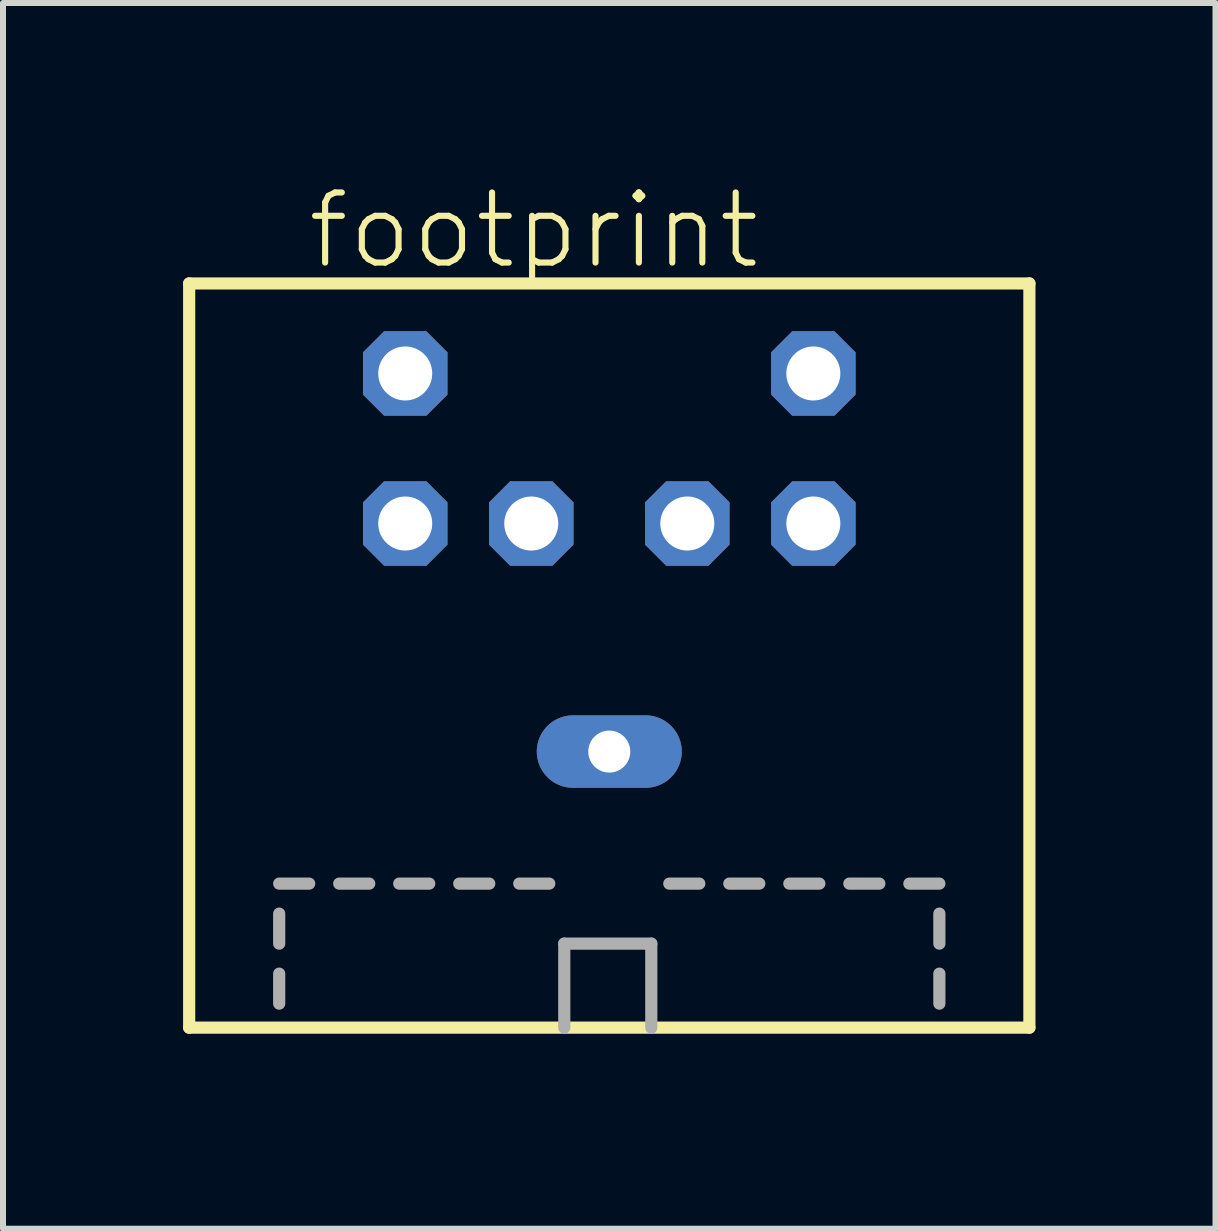
<source format=kicad_pcb>
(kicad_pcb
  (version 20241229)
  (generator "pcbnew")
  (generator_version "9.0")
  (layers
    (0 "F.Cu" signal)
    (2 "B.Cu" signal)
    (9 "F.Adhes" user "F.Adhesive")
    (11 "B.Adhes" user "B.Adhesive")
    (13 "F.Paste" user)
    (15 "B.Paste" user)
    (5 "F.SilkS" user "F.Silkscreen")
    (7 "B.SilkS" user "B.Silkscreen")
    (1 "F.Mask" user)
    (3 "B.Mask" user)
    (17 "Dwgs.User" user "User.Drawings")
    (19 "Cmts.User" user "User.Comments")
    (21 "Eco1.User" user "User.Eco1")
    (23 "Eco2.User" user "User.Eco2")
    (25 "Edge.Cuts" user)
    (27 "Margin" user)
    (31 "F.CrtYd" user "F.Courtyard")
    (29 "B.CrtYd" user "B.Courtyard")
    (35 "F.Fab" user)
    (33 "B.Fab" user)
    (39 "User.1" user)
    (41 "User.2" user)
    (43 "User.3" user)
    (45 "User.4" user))
  (footprint "footprint"
    (layer "F.Cu")
    (at 7.102 14.173)
    (property "Reference" "footprint" (at -5.08 -12.7 0) (layer "F.SilkS") (effects (font (size 1.168 1.168) (thickness 0.102)) (justify left bottom)))
    (fp_line (start -7 -12.5) (end -7 -0.1) (stroke (width 0.203) (type solid)) (layer "F.SilkS"))
    (fp_line (start -7 -0.1) (end 7 -0.1) (stroke (width 0.203) (type solid)) (layer "F.SilkS"))
    (fp_line (start 7 -12.5) (end -7 -12.5) (stroke (width 0.203) (type solid)) (layer "F.SilkS"))
    (fp_line (start 7 -0.1) (end 7 -12.5) (stroke (width 0.203) (type solid)) (layer "F.SilkS"))
    (fp_line (start -5.5 -2.5) (end -5 -2.5) (stroke (width 0.203) (type solid)) (layer "F.Fab"))
    (fp_line (start -5.5 -1.5) (end -5.5 -2) (stroke (width 0.203) (type solid)) (layer "F.Fab"))
    (fp_line (start -5.5 -0.5) (end -5.5 -1) (stroke (width 0.203) (type solid)) (layer "F.Fab"))
    (fp_line (start -4.5 -2.5) (end -4 -2.5) (stroke (width 0.203) (type solid)) (layer "F.Fab"))
    (fp_line (start -3.5 -2.5) (end -3 -2.5) (stroke (width 0.203) (type solid)) (layer "F.Fab"))
    (fp_line (start -2.5 -2.5) (end -2 -2.5) (stroke (width 0.203) (type solid)) (layer "F.Fab"))
    (fp_line (start -1.5 -2.5) (end -1 -2.5) (stroke (width 0.203) (type solid)) (layer "F.Fab"))
    (fp_line (start -0.75 -1.5) (end 0.7 -1.5) (stroke (width 0.203) (type solid)) (layer "F.Fab"))
    (fp_line (start -0.75 -0.1) (end -0.75 -1.5) (stroke (width 0.203) (type solid)) (layer "F.Fab"))
    (fp_line (start 0.7 -1.5) (end 0.7 -0.1) (stroke (width 0.203) (type solid)) (layer "F.Fab"))
    (fp_line (start 1 -2.5) (end 1.5 -2.5) (stroke (width 0.203) (type solid)) (layer "F.Fab"))
    (fp_line (start 2 -2.5) (end 2.5 -2.5) (stroke (width 0.203) (type solid)) (layer "F.Fab"))
    (fp_line (start 3 -2.5) (end 3.5 -2.5) (stroke (width 0.203) (type solid)) (layer "F.Fab"))
    (fp_line (start 4 -2.5) (end 4.5 -2.5) (stroke (width 0.203) (type solid)) (layer "F.Fab"))
    (fp_line (start 5 -2.5) (end 5.5 -2.5) (stroke (width 0.203) (type solid)) (layer "F.Fab"))
    (fp_line (start 5.5 -1.5) (end 5.5 -2) (stroke (width 0.203) (type solid)) (layer "F.Fab"))
    (fp_line (start 5.5 -0.5) (end 5.5 -1) (stroke (width 0.203) (type solid)) (layer "F.Fab"))
    (pad "1" thru_hole roundrect (at 1.3 -8.5) (size 1.408 1.408) (drill 0.9) (layers "*.Cu" "*.Mask") (roundrect_rratio 0.25) (chamfer_ratio 0.25) (chamfer top_left top_right bottom_left bottom_right))
    (pad "2" thru_hole roundrect (at -1.3 -8.5) (size 1.408 1.408) (drill 0.9) (layers "*.Cu" "*.Mask") (roundrect_rratio 0.25) (chamfer_ratio 0.25) (chamfer top_left top_right bottom_left bottom_right))
    (pad "3" thru_hole roundrect (at 3.4 -8.5) (size 1.408 1.408) (drill 0.9) (layers "*.Cu" "*.Mask") (roundrect_rratio 0.25) (chamfer_ratio 0.25) (chamfer top_left top_right bottom_left bottom_right))
    (pad "4" thru_hole roundrect (at -3.4 -8.5) (size 1.408 1.408) (drill 0.9) (layers "*.Cu" "*.Mask") (roundrect_rratio 0.25) (chamfer_ratio 0.25) (chamfer top_left top_right bottom_left bottom_right))
    (pad "5" thru_hole roundrect (at 3.4 -11) (size 1.408 1.408) (drill 0.9) (layers "*.Cu" "*.Mask") (roundrect_rratio 0.25) (chamfer_ratio 0.25) (chamfer top_left top_right bottom_left bottom_right))
    (pad "6" thru_hole roundrect (at -3.4 -11) (size 1.408 1.408) (drill 0.9) (layers "*.Cu" "*.Mask") (roundrect_rratio 0.25) (chamfer_ratio 0.25) (chamfer top_left top_right bottom_left bottom_right))
    (pad "M" thru_hole oval (at 0 -4.7) (size 2.416 1.208) (drill 0.7) (layers "*.Cu" "*.Mask")))
  (gr_rect
    (start -3 -3)
    (end 17.203 17.423)
    (stroke (width 0.1) (type default))
    (fill no)
    (layer "Edge.Cuts")))
</source>
